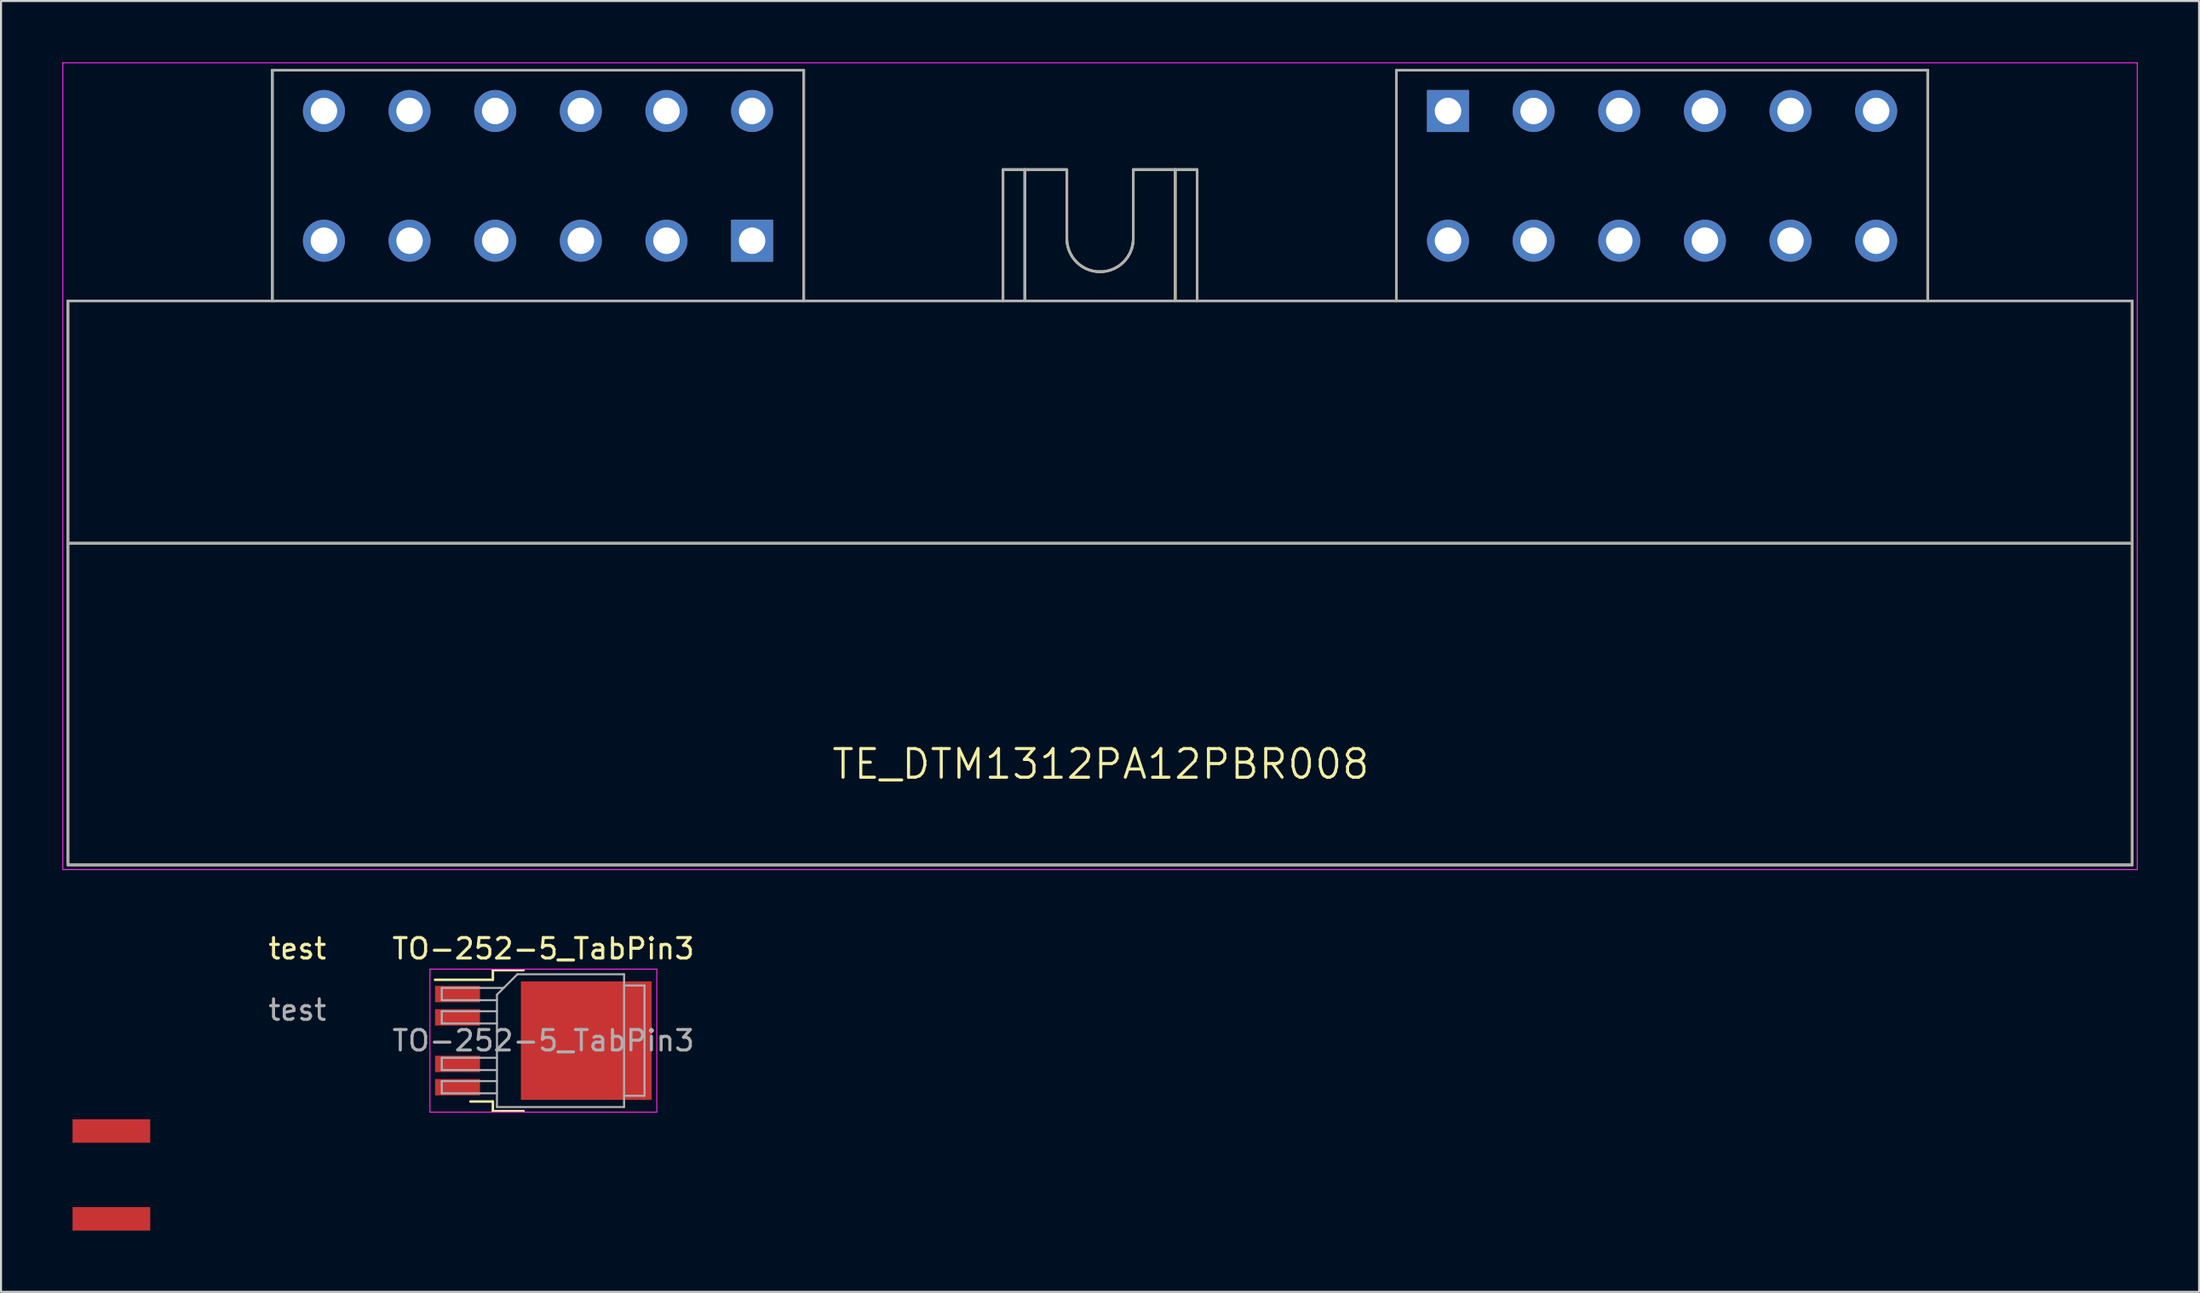
<source format=kicad_pcb>
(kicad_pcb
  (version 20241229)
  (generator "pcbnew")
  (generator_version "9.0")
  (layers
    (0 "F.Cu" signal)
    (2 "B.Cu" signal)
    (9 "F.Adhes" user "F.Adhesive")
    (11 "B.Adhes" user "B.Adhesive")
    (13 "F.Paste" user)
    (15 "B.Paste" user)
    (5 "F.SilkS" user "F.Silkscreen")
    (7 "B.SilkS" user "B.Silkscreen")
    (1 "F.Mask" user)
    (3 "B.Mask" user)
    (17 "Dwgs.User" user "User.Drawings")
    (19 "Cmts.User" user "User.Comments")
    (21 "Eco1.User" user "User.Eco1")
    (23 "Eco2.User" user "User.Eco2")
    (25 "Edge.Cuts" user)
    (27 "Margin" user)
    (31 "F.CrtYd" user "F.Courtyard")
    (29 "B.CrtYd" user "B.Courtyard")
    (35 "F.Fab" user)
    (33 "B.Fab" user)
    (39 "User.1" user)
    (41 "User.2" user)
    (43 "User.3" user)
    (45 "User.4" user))
  (footprint "TE_DTM1312PA12PBR008"
    (layer "F.Cu")
    (at 50.775 6.775)
    (property "Reference" "TE_DTM1312PA12PBR008" (at 0.035 27.585 0) (layer "F.SilkS") (effects (font (size 1.401 1.401) (thickness 0.15))))
    (attr through_hole)
    (fp_line (start -50.5 4.91) (end -40.5 4.91) (stroke (width 0.127) (type solid)) (layer "F.SilkS"))
    (fp_line (start -50.5 16.77) (end -50.5 4.91) (stroke (width 0.127) (type solid)) (layer "F.SilkS"))
    (fp_line (start -50.5 16.77) (end -50.5 32.52) (stroke (width 0.127) (type solid)) (layer "F.SilkS"))
    (fp_line (start -50.5 32.52) (end 50.5 32.52) (stroke (width 0.127) (type solid)) (layer "F.SilkS"))
    (fp_line (start -40.5 -6.39) (end -14.5 -6.39) (stroke (width 0.127) (type solid)) (layer "F.SilkS"))
    (fp_line (start -40.5 4.91) (end -40.5 -6.39) (stroke (width 0.127) (type solid)) (layer "F.SilkS"))
    (fp_line (start -40.5 4.91) (end -14.5 4.91) (stroke (width 0.127) (type solid)) (layer "F.SilkS"))
    (fp_line (start -14.5 -6.39) (end -14.5 4.91) (stroke (width 0.127) (type solid)) (layer "F.SilkS"))
    (fp_line (start -14.5 4.91) (end -4.75 4.91) (stroke (width 0.127) (type solid)) (layer "F.SilkS"))
    (fp_line (start -4.75 -1.52) (end -3.68 -1.52) (stroke (width 0.127) (type solid)) (layer "F.SilkS"))
    (fp_line (start -4.75 4.91) (end -4.75 -1.52) (stroke (width 0.127) (type solid)) (layer "F.SilkS"))
    (fp_line (start -4.75 4.91) (end -3.68 4.91) (stroke (width 0.127) (type solid)) (layer "F.SilkS"))
    (fp_line (start -3.68 -1.52) (end -1.625 -1.52) (stroke (width 0.127) (type solid)) (layer "F.SilkS"))
    (fp_line (start -3.68 4.91) (end -3.68 -1.52) (stroke (width 0.127) (type solid)) (layer "F.SilkS"))
    (fp_line (start -3.68 4.91) (end 3.68 4.91) (stroke (width 0.127) (type solid)) (layer "F.SilkS"))
    (fp_line (start -1.625 -1.52) (end -1.625 1.855) (stroke (width 0.127) (type solid)) (layer "F.SilkS"))
    (fp_line (start 1.625 -1.52) (end 3.68 -1.52) (stroke (width 0.127) (type solid)) (layer "F.SilkS"))
    (fp_line (start 1.625 1.855) (end 1.625 -1.52) (stroke (width 0.127) (type solid)) (layer "F.SilkS"))
    (fp_line (start 3.68 -1.52) (end 4.75 -1.52) (stroke (width 0.127) (type solid)) (layer "F.SilkS"))
    (fp_line (start 3.68 4.91) (end 3.68 -1.52) (stroke (width 0.127) (type solid)) (layer "F.SilkS"))
    (fp_line (start 3.68 4.91) (end 4.75 4.91) (stroke (width 0.127) (type solid)) (layer "F.SilkS"))
    (fp_line (start 4.75 -1.52) (end 4.75 4.91) (stroke (width 0.127) (type solid)) (layer "F.SilkS"))
    (fp_line (start 4.75 4.91) (end 14.5 4.91) (stroke (width 0.127) (type solid)) (layer "F.SilkS"))
    (fp_line (start 14.5 -6.39) (end 40.5 -6.39) (stroke (width 0.127) (type solid)) (layer "F.SilkS"))
    (fp_line (start 14.5 4.91) (end 14.5 -6.39) (stroke (width 0.127) (type solid)) (layer "F.SilkS"))
    (fp_line (start 14.5 4.91) (end 40.5 4.91) (stroke (width 0.127) (type solid)) (layer "F.SilkS"))
    (fp_line (start 40.5 -6.39) (end 40.5 4.91) (stroke (width 0.127) (type solid)) (layer "F.SilkS"))
    (fp_line (start 40.5 4.91) (end 50.5 4.91) (stroke (width 0.127) (type solid)) (layer "F.SilkS"))
    (fp_line (start 50.5 4.91) (end 50.5 16.77) (stroke (width 0.127) (type solid)) (layer "F.SilkS"))
    (fp_line (start 50.5 16.77) (end -50.5 16.77) (stroke (width 0.127) (type solid)) (layer "F.SilkS"))
    (fp_line (start 50.5 32.52) (end 50.5 16.77) (stroke (width 0.127) (type solid)) (layer "F.SilkS"))
    (fp_arc (start 0 3.48) (mid -1.149049 3.004049) (end -1.625 1.855) (stroke (width 0.127) (type solid)) (layer "F.SilkS"))
    (fp_arc (start 1.625 1.855) (mid 1.149049 3.004049) (end 0 3.48) (stroke (width 0.127) (type solid)) (layer "F.SilkS"))
    (fp_line (start -50.75 -6.75) (end -50.75 32.75) (stroke (width 0.05) (type solid)) (layer "F.CrtYd"))
    (fp_line (start -50.75 32.75) (end 50.75 32.75) (stroke (width 0.05) (type solid)) (layer "F.CrtYd"))
    (fp_line (start 50.75 -6.75) (end -50.75 -6.75) (stroke (width 0.05) (type solid)) (layer "F.CrtYd"))
    (fp_line (start 50.75 32.75) (end 50.75 -6.75) (stroke (width 0.05) (type solid)) (layer "F.CrtYd"))
    (fp_line (start -50.5 4.91) (end -40.5 4.91) (stroke (width 0.127) (type solid)) (layer "F.Fab"))
    (fp_line (start -50.5 16.77) (end -50.5 4.91) (stroke (width 0.127) (type solid)) (layer "F.Fab"))
    (fp_line (start -50.5 16.77) (end -50.5 32.52) (stroke (width 0.127) (type solid)) (layer "F.Fab"))
    (fp_line (start -50.5 32.52) (end 50.5 32.52) (stroke (width 0.127) (type solid)) (layer "F.Fab"))
    (fp_line (start -40.5 -6.39) (end -14.5 -6.39) (stroke (width 0.127) (type solid)) (layer "F.Fab"))
    (fp_line (start -40.5 4.91) (end -40.5 -6.39) (stroke (width 0.127) (type solid)) (layer "F.Fab"))
    (fp_line (start -40.5 4.91) (end -14.5 4.91) (stroke (width 0.127) (type solid)) (layer "F.Fab"))
    (fp_line (start -14.5 -6.39) (end -14.5 4.91) (stroke (width 0.127) (type solid)) (layer "F.Fab"))
    (fp_line (start -14.5 4.91) (end -4.75 4.91) (stroke (width 0.127) (type solid)) (layer "F.Fab"))
    (fp_line (start -4.75 -1.52) (end -3.68 -1.52) (stroke (width 0.127) (type solid)) (layer "F.Fab"))
    (fp_line (start -4.75 4.91) (end -4.75 -1.52) (stroke (width 0.127) (type solid)) (layer "F.Fab"))
    (fp_line (start -4.75 4.91) (end -3.68 4.91) (stroke (width 0.127) (type solid)) (layer "F.Fab"))
    (fp_line (start -3.68 -1.52) (end -1.625 -1.52) (stroke (width 0.127) (type solid)) (layer "F.Fab"))
    (fp_line (start -3.68 4.91) (end -3.68 -1.52) (stroke (width 0.127) (type solid)) (layer "F.Fab"))
    (fp_line (start -3.68 4.91) (end 3.68 4.91) (stroke (width 0.127) (type solid)) (layer "F.Fab"))
    (fp_line (start -1.625 -1.52) (end -1.625 1.855) (stroke (width 0.127) (type solid)) (layer "F.Fab"))
    (fp_line (start 1.625 -1.52) (end 3.68 -1.52) (stroke (width 0.127) (type solid)) (layer "F.Fab"))
    (fp_line (start 1.625 1.855) (end 1.625 -1.52) (stroke (width 0.127) (type solid)) (layer "F.Fab"))
    (fp_line (start 3.68 -1.52) (end 4.75 -1.52) (stroke (width 0.127) (type solid)) (layer "F.Fab"))
    (fp_line (start 3.68 4.91) (end 3.68 -1.52) (stroke (width 0.127) (type solid)) (layer "F.Fab"))
    (fp_line (start 3.68 4.91) (end 4.75 4.91) (stroke (width 0.127) (type solid)) (layer "F.Fab"))
    (fp_line (start 4.75 -1.52) (end 4.75 4.91) (stroke (width 0.127) (type solid)) (layer "F.Fab"))
    (fp_line (start 4.75 4.91) (end 14.5 4.91) (stroke (width 0.127) (type solid)) (layer "F.Fab"))
    (fp_line (start 14.5 -6.39) (end 40.5 -6.39) (stroke (width 0.127) (type solid)) (layer "F.Fab"))
    (fp_line (start 14.5 4.91) (end 14.5 -6.39) (stroke (width 0.127) (type solid)) (layer "F.Fab"))
    (fp_line (start 14.5 4.91) (end 40.5 4.91) (stroke (width 0.127) (type solid)) (layer "F.Fab"))
    (fp_line (start 40.5 -6.39) (end 40.5 4.91) (stroke (width 0.127) (type solid)) (layer "F.Fab"))
    (fp_line (start 40.5 4.91) (end 50.5 4.91) (stroke (width 0.127) (type solid)) (layer "F.Fab"))
    (fp_line (start 50.5 4.91) (end 50.5 16.77) (stroke (width 0.127) (type solid)) (layer "F.Fab"))
    (fp_line (start 50.5 16.77) (end -50.5 16.77) (stroke (width 0.127) (type solid)) (layer "F.Fab"))
    (fp_line (start 50.5 32.52) (end 50.5 16.77) (stroke (width 0.127) (type solid)) (layer "F.Fab"))
    (fp_arc (start 0 3.48) (mid -1.149049 3.004049) (end -1.625 1.855) (stroke (width 0.127) (type solid)) (layer "F.Fab"))
    (fp_arc (start 1.625 1.855) (mid 1.149049 3.004049) (end 0 3.48) (stroke (width 0.127) (type solid)) (layer "F.Fab"))
    (fp_circle (center -17 2) (end -16.8 2) (stroke (width 0.4) (type solid)) (fill no) (layer "F.Fab"))
    (pad "A1" thru_hole rect (at -17.025 1.96) (size 2.056 2.056) (drill 1.294) (layers "*.Cu" "*.Mask"))
    (pad "A2" thru_hole circle (at -21.215 1.96) (size 2.056 2.056) (drill 1.294) (layers "*.Cu" "*.Mask"))
    (pad "A3" thru_hole circle (at -25.405 1.96) (size 2.056 2.056) (drill 1.294) (layers "*.Cu" "*.Mask"))
    (pad "A4" thru_hole circle (at -29.595 1.96) (size 2.056 2.056) (drill 1.294) (layers "*.Cu" "*.Mask"))
    (pad "A5" thru_hole circle (at -33.785 1.96) (size 2.056 2.056) (drill 1.294) (layers "*.Cu" "*.Mask"))
    (pad "A6" thru_hole circle (at -37.975 1.96) (size 2.056 2.056) (drill 1.294) (layers "*.Cu" "*.Mask"))
    (pad "A7" thru_hole circle (at -37.975 -4.39) (size 2.056 2.056) (drill 1.294) (layers "*.Cu" "*.Mask"))
    (pad "A8" thru_hole circle (at -33.785 -4.39) (size 2.056 2.056) (drill 1.294) (layers "*.Cu" "*.Mask"))
    (pad "A9" thru_hole circle (at -29.595 -4.39) (size 2.056 2.056) (drill 1.294) (layers "*.Cu" "*.Mask"))
    (pad "A10" thru_hole circle (at -25.405 -4.39) (size 2.056 2.056) (drill 1.294) (layers "*.Cu" "*.Mask"))
    (pad "A11" thru_hole circle (at -21.215 -4.39) (size 2.056 2.056) (drill 1.294) (layers "*.Cu" "*.Mask"))
    (pad "A12" thru_hole circle (at -17.025 -4.39) (size 2.056 2.056) (drill 1.294) (layers "*.Cu" "*.Mask"))
    (pad "B1" thru_hole rect (at 17.025 -4.39) (size 2.056 2.056) (drill 1.294) (layers "*.Cu" "*.Mask"))
    (pad "B2" thru_hole circle (at 21.215 -4.39) (size 2.056 2.056) (drill 1.294) (layers "*.Cu" "*.Mask"))
    (pad "B3" thru_hole circle (at 25.405 -4.39) (size 2.056 2.056) (drill 1.294) (layers "*.Cu" "*.Mask"))
    (pad "B4" thru_hole circle (at 29.595 -4.39) (size 2.056 2.056) (drill 1.294) (layers "*.Cu" "*.Mask"))
    (pad "B5" thru_hole circle (at 33.785 -4.39) (size 2.056 2.056) (drill 1.294) (layers "*.Cu" "*.Mask"))
    (pad "B6" thru_hole circle (at 37.975 -4.39) (size 2.056 2.056) (drill 1.294) (layers "*.Cu" "*.Mask"))
    (pad "B7" thru_hole circle (at 37.975 1.96) (size 2.056 2.056) (drill 1.294) (layers "*.Cu" "*.Mask"))
    (pad "B8" thru_hole circle (at 33.785 1.96) (size 2.056 2.056) (drill 1.294) (layers "*.Cu" "*.Mask"))
    (pad "B9" thru_hole circle (at 29.595 1.96) (size 2.056 2.056) (drill 1.294) (layers "*.Cu" "*.Mask"))
    (pad "B10" thru_hole circle (at 25.405 1.96) (size 2.056 2.056) (drill 1.294) (layers "*.Cu" "*.Mask"))
    (pad "B11" thru_hole circle (at 21.215 1.96) (size 2.056 2.056) (drill 1.294) (layers "*.Cu" "*.Mask"))
    (pad "B12" thru_hole circle (at 17.025 1.96) (size 2.056 2.056) (drill 1.294) (layers "*.Cu" "*.Mask")))
  (footprint "test"
    (layer "F.Cu")
    (at 2.4 47.498)
    (property "Reference" "test" (at 9.1 -4.1 0) (unlocked yes) (layer "F.SilkS") (effects (font (size 1 1) (thickness 0.15))))
    (attr smd)
    (fp_text user "${REFERENCE}" (at 9.1 -1.1 0) (unlocked yes) (layer "F.Fab") (effects (font (size 1 1) (thickness 0.15))))
    (pad "1" smd rect (at 0 4.825) (size 3.8 1.15) (layers "F.Cu" "F.Mask" "F.Paste"))
    (pad "2" smd rect (at 0 9.125) (size 3.8 1.15) (layers "F.Cu" "F.Mask" "F.Paste"))
    (zone (net_name "") (layer "F.Cu") (hatch edge 0.508) (connect_pads) (min_thickness 0.254) (filled_areas_thickness no) (keepout (tracks not_allowed) (vias not_allowed) (pads not_allowed) (copperpour not_allowed) (footprints not_allowed)) (placement (enabled no)) (fill) (polygon (pts (xy 11.5 47.698) (xy 11.5 51.798) (xy 10 51.798) (xy 10 48.998) (xy 1.5 48.998) (xy 1.5 49.798) (xy 4.3 49.798) (xy 4.3 51.748) (xy 0.5 51.748) (xy 0.5 52.898) (xy 0 52.898) (xy 0 47.698)))))
  (footprint "TO-252-5_TabPin3"
    (layer "F.Cu")
    (at 23.536 47.898)
    (property "Reference" "TO-252-5_TabPin3" (at 0 -4.5 0) (layer "F.SilkS") (effects (font (size 1 1) (thickness 0.15))))
    (attr smd)
    (fp_line (start -2.47 -3.45) (end -2.47 -2.98) (stroke (width 0.12) (type solid)) (layer "F.SilkS"))
    (fp_line (start -2.47 -2.98) (end -5.3 -2.98) (stroke (width 0.12) (type solid)) (layer "F.SilkS"))
    (fp_line (start -2.47 2.98) (end -3.57 2.98) (stroke (width 0.12) (type solid)) (layer "F.SilkS"))
    (fp_line (start -2.47 3.45) (end -2.47 2.98) (stroke (width 0.12) (type solid)) (layer "F.SilkS"))
    (fp_line (start -0.97 -3.45) (end -2.47 -3.45) (stroke (width 0.12) (type solid)) (layer "F.SilkS"))
    (fp_line (start -0.97 3.45) (end -2.47 3.45) (stroke (width 0.12) (type solid)) (layer "F.SilkS"))
    (fp_line (start -5.55 -3.5) (end -5.55 3.5) (stroke (width 0.05) (type solid)) (layer "F.CrtYd"))
    (fp_line (start -5.55 3.5) (end 5.55 3.5) (stroke (width 0.05) (type solid)) (layer "F.CrtYd"))
    (fp_line (start 5.55 -3.5) (end -5.55 -3.5) (stroke (width 0.05) (type solid)) (layer "F.CrtYd"))
    (fp_line (start 5.55 3.5) (end 5.55 -3.5) (stroke (width 0.05) (type solid)) (layer "F.CrtYd"))
    (fp_line (start -4.97 -2.58) (end -4.97 -1.98) (stroke (width 0.1) (type solid)) (layer "F.Fab"))
    (fp_line (start -4.97 -1.98) (end -2.27 -1.98) (stroke (width 0.1) (type solid)) (layer "F.Fab"))
    (fp_line (start -4.97 -1.44) (end -4.97 -0.84) (stroke (width 0.1) (type solid)) (layer "F.Fab"))
    (fp_line (start -4.97 -0.84) (end -2.27 -0.84) (stroke (width 0.1) (type solid)) (layer "F.Fab"))
    (fp_line (start -4.97 0.84) (end -4.97 1.44) (stroke (width 0.1) (type solid)) (layer "F.Fab"))
    (fp_line (start -4.97 1.44) (end -2.27 1.44) (stroke (width 0.1) (type solid)) (layer "F.Fab"))
    (fp_line (start -4.97 1.98) (end -4.97 2.58) (stroke (width 0.1) (type solid)) (layer "F.Fab"))
    (fp_line (start -4.97 2.58) (end -2.27 2.58) (stroke (width 0.1) (type solid)) (layer "F.Fab"))
    (fp_line (start -2.27 -2.25) (end -1.27 -3.25) (stroke (width 0.1) (type solid)) (layer "F.Fab"))
    (fp_line (start -2.27 -1.44) (end -4.97 -1.44) (stroke (width 0.1) (type solid)) (layer "F.Fab"))
    (fp_line (start -2.27 0.84) (end -4.97 0.84) (stroke (width 0.1) (type solid)) (layer "F.Fab"))
    (fp_line (start -2.27 1.98) (end -4.97 1.98) (stroke (width 0.1) (type solid)) (layer "F.Fab"))
    (fp_line (start -2.27 3.25) (end -2.27 -2.25) (stroke (width 0.1) (type solid)) (layer "F.Fab"))
    (fp_line (start -1.94 -2.58) (end -4.97 -2.58) (stroke (width 0.1) (type solid)) (layer "F.Fab"))
    (fp_line (start -1.27 -3.25) (end 3.95 -3.25) (stroke (width 0.1) (type solid)) (layer "F.Fab"))
    (fp_line (start 3.95 -3.25) (end 3.95 3.25) (stroke (width 0.1) (type solid)) (layer "F.Fab"))
    (fp_line (start 3.95 -2.7) (end 4.95 -2.7) (stroke (width 0.1) (type solid)) (layer "F.Fab"))
    (fp_line (start 3.95 3.25) (end -2.27 3.25) (stroke (width 0.1) (type solid)) (layer "F.Fab"))
    (fp_line (start 4.95 -2.7) (end 4.95 2.7) (stroke (width 0.1) (type solid)) (layer "F.Fab"))
    (fp_line (start 4.95 2.7) (end 3.95 2.7) (stroke (width 0.1) (type solid)) (layer "F.Fab"))
    (fp_text user "${REFERENCE}" (at 0 0 0) (layer "F.Fab") (effects (font (size 1 1) (thickness 0.15))))
    (pad "" smd rect (at 0.425 -1.525) (size 3.05 2.75) (layers "F.Paste"))
    (pad "" smd rect (at 0.425 1.525) (size 3.05 2.75) (layers "F.Paste"))
    (pad "" smd rect (at 3.775 -1.525) (size 3.05 2.75) (layers "F.Paste"))
    (pad "" smd rect (at 3.775 1.525) (size 3.05 2.75) (layers "F.Paste"))
    (pad "1" smd rect (at -4.2 -2.28) (size 2.2 0.8) (layers "F.Cu" "F.Mask" "F.Paste"))
    (pad "2" smd rect (at -4.2 -1.14) (size 2.2 0.8) (layers "F.Cu" "F.Mask" "F.Paste"))
    (pad "3" smd rect (at 2.1 0) (size 6.4 5.8) (layers "F.Cu" "F.Mask"))
    (pad "4" smd rect (at -4.2 1.14) (size 2.2 0.8) (layers "F.Cu" "F.Mask" "F.Paste"))
    (pad "5" smd rect (at -4.2 2.28) (size 2.2 0.8) (layers "F.Cu" "F.Mask" "F.Paste")))
  (gr_rect
    (start -3 -3)
    (end 104.55 60.198)
    (stroke (width 0.1) (type default))
    (fill no)
    (layer "Edge.Cuts")))
</source>
